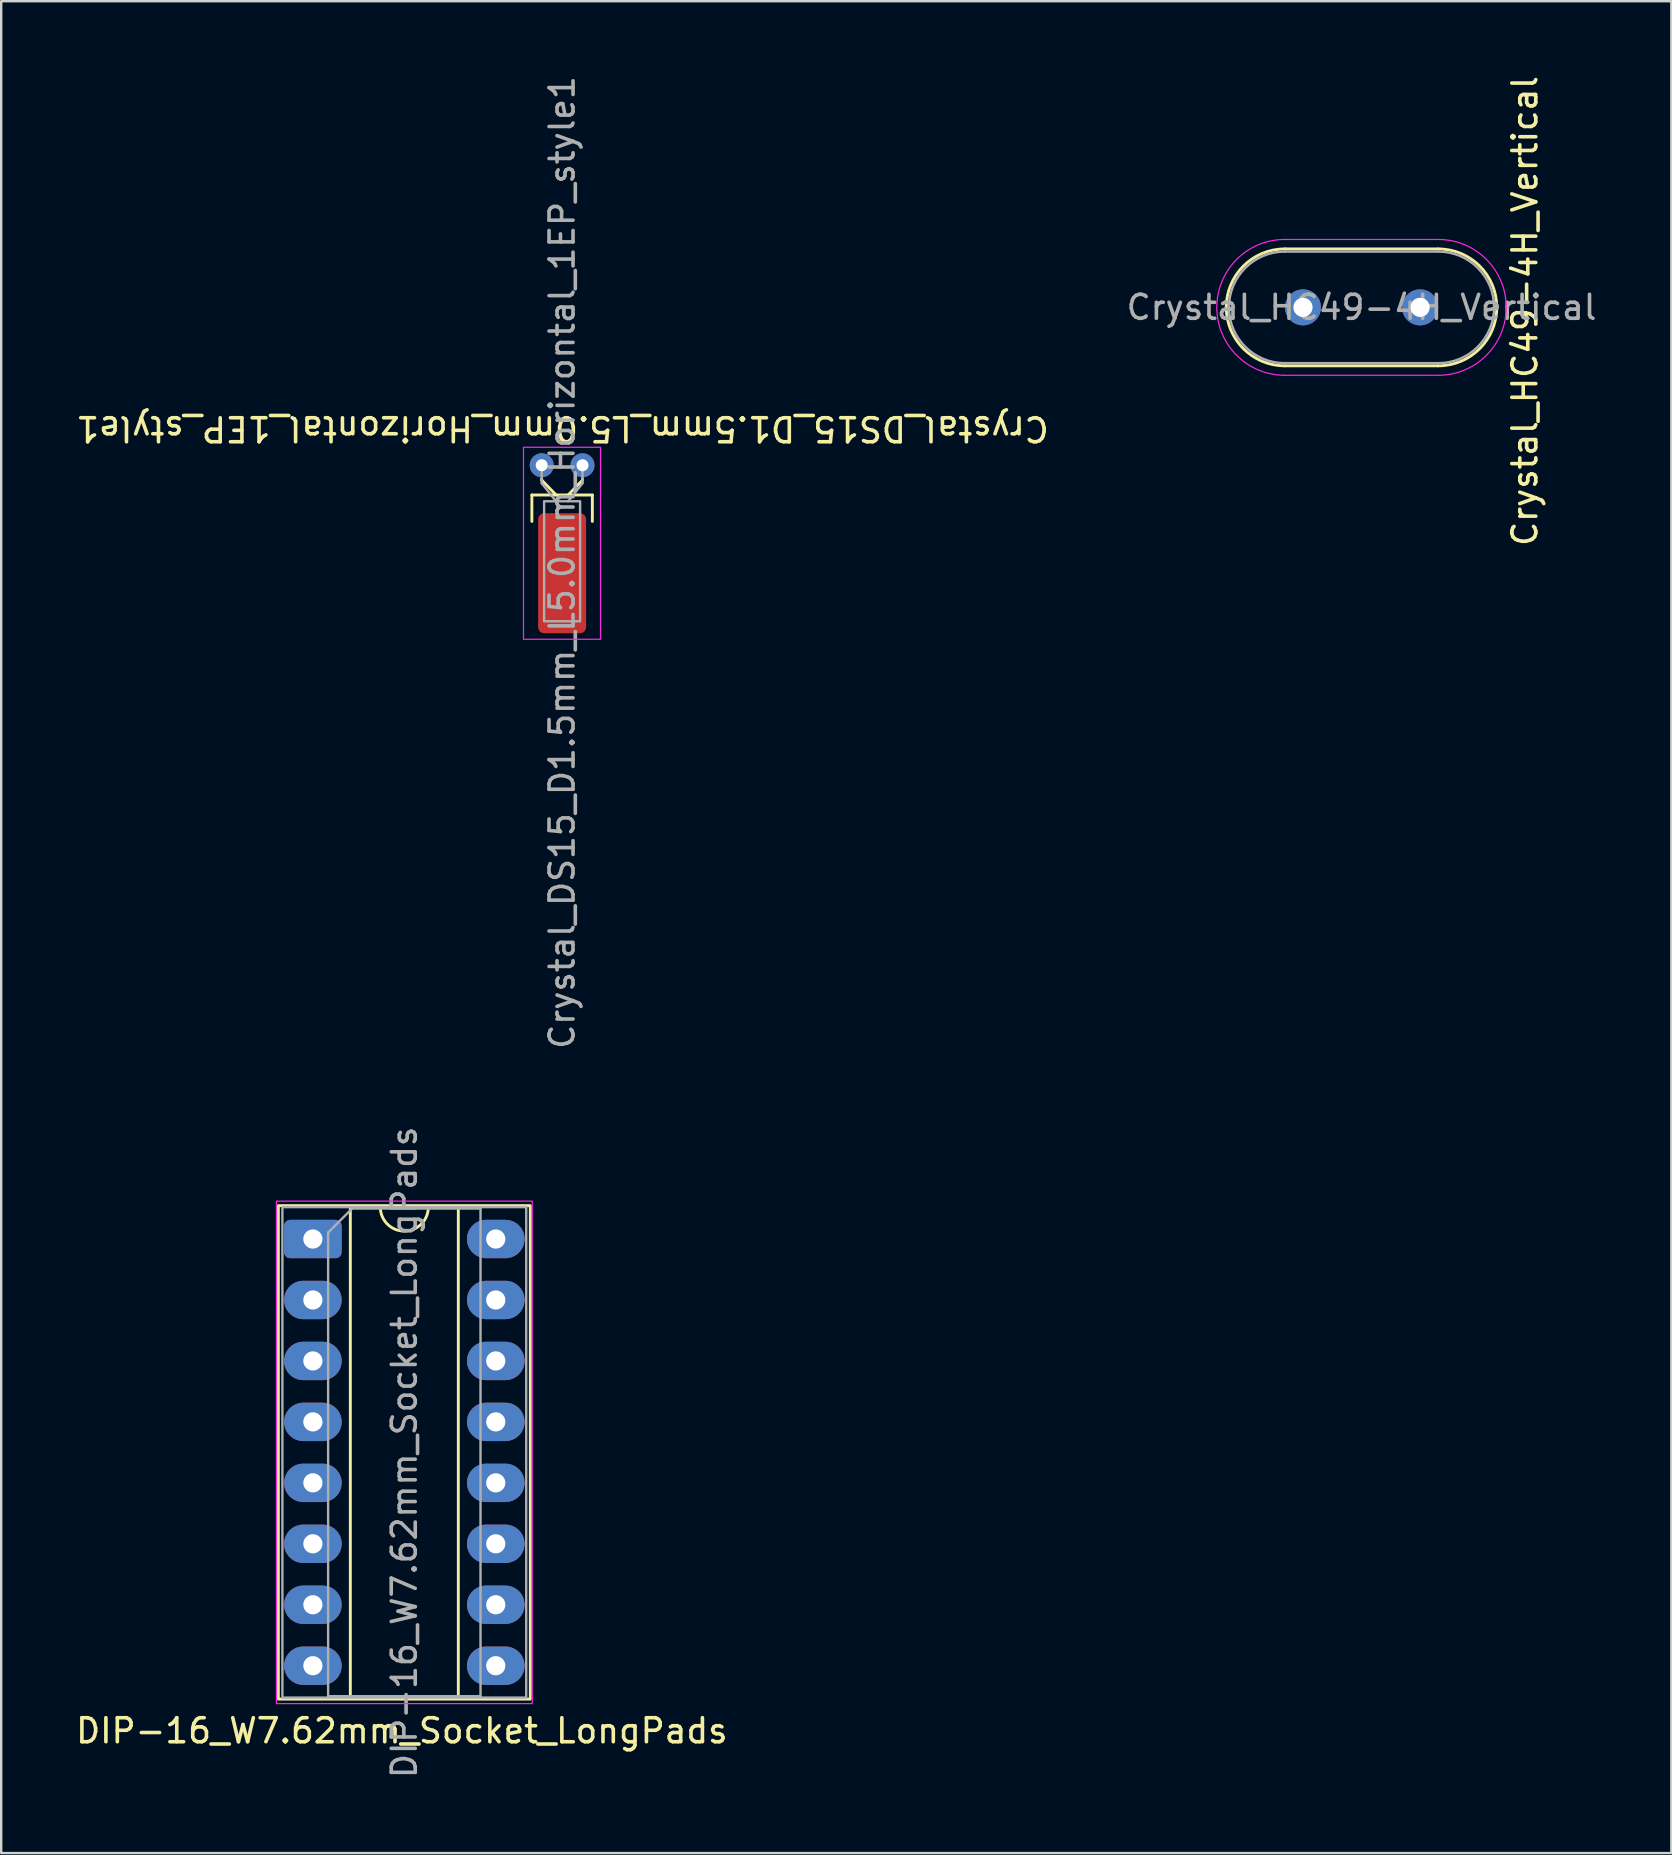
<source format=kicad_pcb>
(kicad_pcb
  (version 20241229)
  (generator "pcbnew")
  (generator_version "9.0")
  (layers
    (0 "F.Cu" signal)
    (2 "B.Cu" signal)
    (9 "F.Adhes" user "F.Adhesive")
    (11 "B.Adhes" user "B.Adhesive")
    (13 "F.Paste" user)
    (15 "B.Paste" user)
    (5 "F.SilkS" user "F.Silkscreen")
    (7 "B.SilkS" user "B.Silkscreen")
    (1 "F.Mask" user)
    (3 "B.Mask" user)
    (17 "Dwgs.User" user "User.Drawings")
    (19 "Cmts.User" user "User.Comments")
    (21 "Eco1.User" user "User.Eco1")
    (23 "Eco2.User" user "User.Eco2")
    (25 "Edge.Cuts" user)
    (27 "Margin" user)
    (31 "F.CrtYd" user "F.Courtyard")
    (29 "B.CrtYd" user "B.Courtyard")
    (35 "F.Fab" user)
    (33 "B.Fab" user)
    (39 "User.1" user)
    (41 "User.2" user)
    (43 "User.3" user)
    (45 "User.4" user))
  (footprint "Crystal_DS15_D1.5mm_L5.0mm_Horizontal_1EP_style1"
    (layer "F.Cu")
    (at 19.523 16.337)
    (property "Reference" "Crystal_DS15_D1.5mm_L5.0mm_Horizontal_1EP_style1" (at 0.864 -1.524 180) (unlocked yes) (layer "F.SilkS") (effects (font (size 1 1) (thickness 0.15))))
    (attr through_hole)
    (fp_line (start -0.41 1.24) (end 2.11 1.24) (stroke (width 0.12) (type solid)) (layer "F.SilkS"))
    (fp_line (start -0.41 2.34) (end -0.41 1.24) (stroke (width 0.12) (type solid)) (layer "F.SilkS"))
    (fp_line (start 0 0.62) (end 0 0.56) (stroke (width 0.12) (type solid)) (layer "F.SilkS"))
    (fp_line (start 0.6 1.24) (end 0 0.62) (stroke (width 0.12) (type solid)) (layer "F.SilkS"))
    (fp_line (start 1.1 1.24) (end 1.7 0.62) (stroke (width 0.12) (type solid)) (layer "F.SilkS"))
    (fp_line (start 1.7 0.62) (end 1.7 0.56) (stroke (width 0.12) (type solid)) (layer "F.SilkS"))
    (fp_line (start 2.11 1.24) (end 2.11 2.34) (stroke (width 0.12) (type solid)) (layer "F.SilkS"))
    (fp_rect (start -0.76 -0.75) (end 2.45 7.25) (stroke (width 0.05) (type solid)) (fill no) (layer "F.CrtYd"))
    (fp_line (start 0 0.75) (end 0 0) (stroke (width 0.1) (type solid)) (layer "F.Fab"))
    (fp_line (start 0.6 1.5) (end 0 0.75) (stroke (width 0.1) (type solid)) (layer "F.Fab"))
    (fp_line (start 1.1 1.5) (end 1.7 0.75) (stroke (width 0.1) (type solid)) (layer "F.Fab"))
    (fp_line (start 1.7 0.75) (end 1.7 0) (stroke (width 0.1) (type solid)) (layer "F.Fab"))
    (fp_rect (start 0.1 1.5) (end 1.6 6.5) (stroke (width 0.1) (type solid)) (fill no) (layer "F.Fab"))
    (fp_text user "${REFERENCE}" (at 0.85 4.05 90) (layer "F.Fab") (effects (font (size 1 1) (thickness 0.15))))
    (pad "1" thru_hole circle (at 0 0) (size 1 1) (drill 0.5) (layers "*.Cu" "*.Mask"))
    (pad "2" thru_hole circle (at 1.7 0) (size 1 1) (drill 0.5) (layers "*.Cu" "*.Mask"))
    (pad "3" smd roundrect (at 0.85 4.5) (size 2 5) (layers "F.Cu" "F.Mask" "F.Paste") (roundrect_rratio 0.125)))
  (footprint "Crystal_HC49-4H_Vertical"
    (layer "F.Cu")
    (at 51.245 9.758)
    (property "Reference" "Crystal_HC49-4H_Vertical" (at 9.246 0.152 90) (layer "F.SilkS") (effects (font (size 1 1) (thickness 0.15))))
    (attr through_hole)
    (fp_line (start -0.76 -2.435) (end 5.64 -2.435) (stroke (width 0.12) (type solid)) (layer "F.SilkS"))
    (fp_line (start 5.64 2.435) (end -0.76 2.435) (stroke (width 0.12) (type solid)) (layer "F.SilkS"))
    (fp_arc (start -0.76 2.435) (mid -3.195 0) (end -0.76 -2.435) (stroke (width 0.12) (type solid)) (layer "F.SilkS"))
    (fp_arc (start 5.64 -2.435) (mid 8.075 0) (end 5.64 2.435) (stroke (width 0.12) (type solid)) (layer "F.SilkS"))
    (fp_line (start -0.76 -2.83) (end 5.64 -2.83) (stroke (width 0.05) (type solid)) (layer "F.CrtYd"))
    (fp_line (start 5.64 2.83) (end -0.76 2.83) (stroke (width 0.05) (type solid)) (layer "F.CrtYd"))
    (fp_arc (start -0.76 2.83) (mid -3.59 0) (end -0.76 -2.83) (stroke (width 0.05) (type solid)) (layer "F.CrtYd"))
    (fp_arc (start 5.64 -2.83) (mid 8.47 0) (end 5.64 2.83) (stroke (width 0.05) (type solid)) (layer "F.CrtYd"))
    (fp_line (start -0.76 -2.325) (end 5.64 -2.325) (stroke (width 0.1) (type solid)) (layer "F.Fab"))
    (fp_line (start 5.64 2.325) (end -0.76 2.325) (stroke (width 0.1) (type solid)) (layer "F.Fab"))
    (fp_arc (start -0.76 2.325) (mid -3.085 0) (end -0.76 -2.325) (stroke (width 0.1) (type solid)) (layer "F.Fab"))
    (fp_arc (start 5.64 -2.325) (mid 7.965 0) (end 5.64 2.325) (stroke (width 0.1) (type solid)) (layer "F.Fab"))
    (fp_text user "${REFERENCE}" (at 2.44 0 0) (layer "F.Fab") (effects (font (size 1 1) (thickness 0.15))))
    (pad "1" thru_hole circle (at 0 0 180) (size 1.5 1.5) (drill 0.8) (layers "*.Cu" "*.Mask"))
    (pad "2" thru_hole circle (at 4.88 0 180) (size 1.5 1.5) (drill 0.8) (layers "*.Cu" "*.Mask")))
  (footprint "DIP-16_W7.62mm_Socket_LongPads"
    (layer "F.Cu")
    (at 9.988 48.58)
    (property "Reference" "DIP-16_W7.62mm_Socket_LongPads" (at 3.708 20.492 180) (layer "F.SilkS") (effects (font (size 1 1) (thickness 0.15))))
    (attr through_hole)
    (fp_line (start 1.56 -1.33) (end 1.56 19.11) (stroke (width 0.12) (type solid)) (layer "F.SilkS"))
    (fp_line (start 1.56 19.11) (end 6.06 19.11) (stroke (width 0.12) (type solid)) (layer "F.SilkS"))
    (fp_line (start 2.81 -1.33) (end 1.56 -1.33) (stroke (width 0.12) (type solid)) (layer "F.SilkS"))
    (fp_line (start 6.06 -1.33) (end 4.81 -1.33) (stroke (width 0.12) (type solid)) (layer "F.SilkS"))
    (fp_line (start 6.06 19.11) (end 6.06 -1.33) (stroke (width 0.12) (type solid)) (layer "F.SilkS"))
    (fp_rect (start -1.44 -1.39) (end 9.06 19.17) (stroke (width 0.12) (type solid)) (fill no) (layer "F.SilkS"))
    (fp_arc (start 4.81 -1.33) (mid 3.81 -0.33) (end 2.81 -1.33) (stroke (width 0.12) (type solid)) (layer "F.SilkS"))
    (fp_rect (start -1.52 -1.58) (end 9.14 19.36) (stroke (width 0.05) (type solid)) (fill no) (layer "F.CrtYd"))
    (fp_line (start 0.635 -0.27) (end 1.635 -1.27) (stroke (width 0.1) (type solid)) (layer "F.Fab"))
    (fp_line (start 0.635 19.05) (end 0.635 -0.27) (stroke (width 0.1) (type solid)) (layer "F.Fab"))
    (fp_line (start 1.635 -1.27) (end 6.985 -1.27) (stroke (width 0.1) (type solid)) (layer "F.Fab"))
    (fp_line (start 6.985 -1.27) (end 6.985 19.05) (stroke (width 0.1) (type solid)) (layer "F.Fab"))
    (fp_line (start 6.985 19.05) (end 0.635 19.05) (stroke (width 0.1) (type solid)) (layer "F.Fab"))
    (fp_rect (start -1.27 -1.33) (end 8.89 19.11) (stroke (width 0.1) (type solid)) (fill no) (layer "F.Fab"))
    (fp_text user "${REFERENCE}" (at 3.81 8.89 90) (layer "F.Fab") (effects (font (size 1 1) (thickness 0.15))))
    (pad "1" thru_hole roundrect (at 0 0) (size 2.4 1.6) (drill 0.8) (layers "*.Cu" "*.Mask") (roundrect_rratio 0.156))
    (pad "2" thru_hole oval (at 0 2.54) (size 2.4 1.6) (drill 0.8) (layers "*.Cu" "*.Mask"))
    (pad "3" thru_hole oval (at 0 5.08) (size 2.4 1.6) (drill 0.8) (layers "*.Cu" "*.Mask"))
    (pad "4" thru_hole oval (at 0 7.62) (size 2.4 1.6) (drill 0.8) (layers "*.Cu" "*.Mask"))
    (pad "5" thru_hole oval (at 0 10.16) (size 2.4 1.6) (drill 0.8) (layers "*.Cu" "*.Mask"))
    (pad "6" thru_hole oval (at 0 12.7) (size 2.4 1.6) (drill 0.8) (layers "*.Cu" "*.Mask"))
    (pad "7" thru_hole oval (at 0 15.24) (size 2.4 1.6) (drill 0.8) (layers "*.Cu" "*.Mask"))
    (pad "8" thru_hole oval (at 0 17.78) (size 2.4 1.6) (drill 0.8) (layers "*.Cu" "*.Mask"))
    (pad "9" thru_hole oval (at 7.62 17.78) (size 2.4 1.6) (drill 0.8) (layers "*.Cu" "*.Mask"))
    (pad "10" thru_hole oval (at 7.62 15.24) (size 2.4 1.6) (drill 0.8) (layers "*.Cu" "*.Mask"))
    (pad "11" thru_hole oval (at 7.62 12.7) (size 2.4 1.6) (drill 0.8) (layers "*.Cu" "*.Mask"))
    (pad "12" thru_hole oval (at 7.62 10.16) (size 2.4 1.6) (drill 0.8) (layers "*.Cu" "*.Mask"))
    (pad "13" thru_hole oval (at 7.62 7.62) (size 2.4 1.6) (drill 0.8) (layers "*.Cu" "*.Mask"))
    (pad "14" thru_hole oval (at 7.62 5.08) (size 2.4 1.6) (drill 0.8) (layers "*.Cu" "*.Mask"))
    (pad "15" thru_hole oval (at 7.62 2.54) (size 2.4 1.6) (drill 0.8) (layers "*.Cu" "*.Mask"))
    (pad "16" thru_hole oval (at 7.62 0) (size 2.4 1.6) (drill 0.8) (layers "*.Cu" "*.Mask")))
  (gr_rect
    (start -3 -3)
    (end 66.595 74.167)
    (stroke (width 0.1) (type default))
    (fill no)
    (layer "Edge.Cuts")))
</source>
